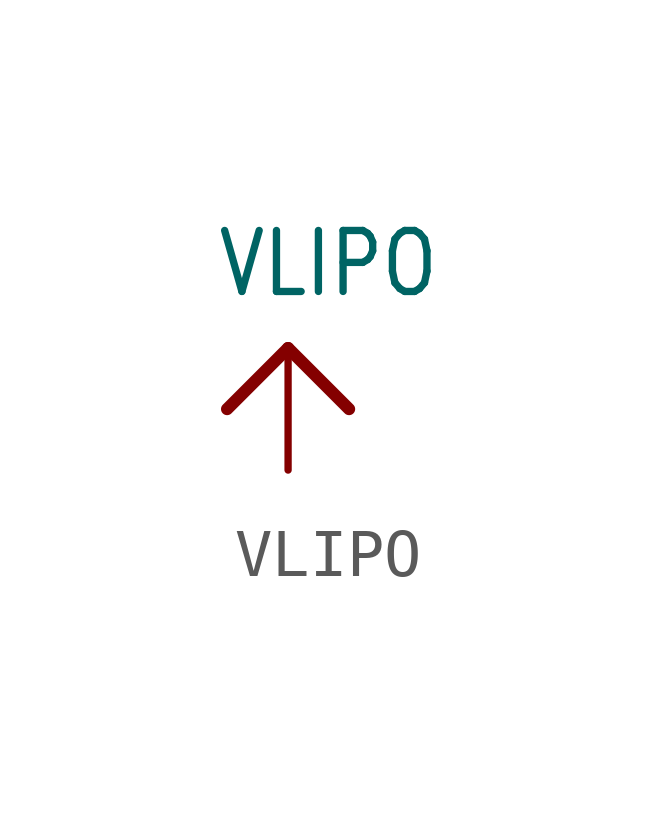
<source format=kicad_sym>
(kicad_symbol_lib
  (version 20201005)
  (generator kicad_symbol_editor)
  (symbol "VLIPO"
    (power)
    (property "Reference" ""
      (at 0 0 0)
      (effects (font (size 1.27 1.27)) hide))
    (property "Value" "VLIPO"
      (at -1.524 1.016 0)
      (effects (font (size 1.27 1.079)) (justify left bottom)))
    (property "ki_locked" ""
      (at 0 0 0)
      (effects (font (size 1.27 1.27))))
    (symbol "VLIPO_1_0"
      (polyline (pts (xy -1.27 -1.27) (xy 0 0)) (stroke (width 0.254)) (fill (type none)))
      (polyline (pts (xy 0 0) (xy 1.27 -1.27)) (stroke (width 0.254)) (fill (type none)))
      (pin power_in line (at 0 -2.54 90) (length 2.54) (name "VLIPO" (effects (font (size 0 0)))) (number "1" (effects (font (size 0 0))))))))
</source>
